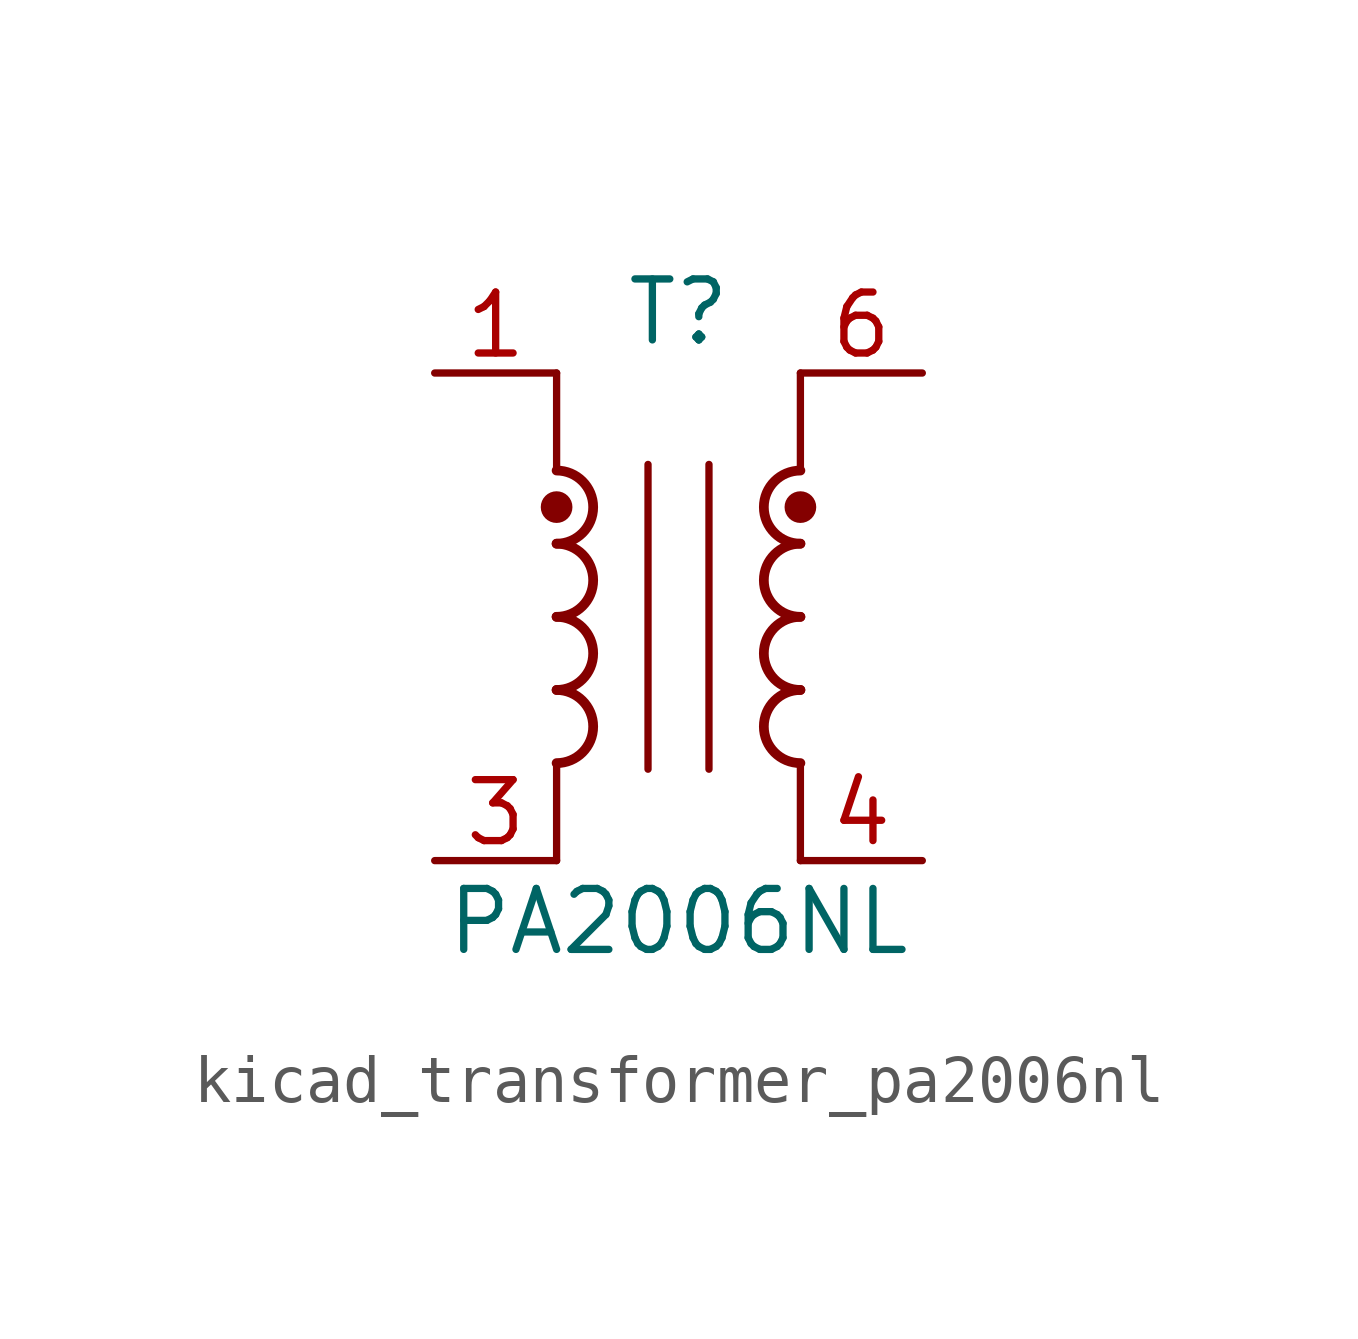
<source format=kicad_sym>
(kicad_symbol_lib
  (version 20220914)
  (generator kicad_symbol_editor)
  (symbol "kicad_transformer_pa2006nl"
    (pin_names hide)
    (property "Reference" "T"
      (at 0 6.35 0)
      (effects (font (size 1.27 1.27))))
    (property "Value" "PA2006NL"
      (at 0 -6.35 0)
      (effects (font (size 1.27 1.27))))
    (symbol "kicad_transformer_pa2006nl_0_1"
      (arc (start -2.54 -3.048) (mid -1.7813 -2.286) (end -2.54 -1.524) (stroke (width 0.2032) (type default)) (fill (type none)))
      (arc (start -2.54 -1.524) (mid -1.7813 -0.762) (end -2.54 0) (stroke (width 0.2032) (type default)) (fill (type none)))
      (arc (start -2.54 0) (mid -1.7813 0.762) (end -2.54 1.524) (stroke (width 0.2032) (type default)) (fill (type none)))
      (circle (center -2.54 2.286) (radius 0.254) (stroke (width 0) (type default)) (fill (type outline)))
      (polyline (pts (xy -2.54 -3.048) (xy -2.54 -5.08)) (stroke (width 0) (type default)) (fill (type none)))
      (polyline (pts (xy -2.54 5.08) (xy -2.54 3.048)) (stroke (width 0) (type default)) (fill (type none)))
      (polyline (pts (xy -0.635 3.175) (xy -0.635 -3.175)) (stroke (width 0) (type default)) (fill (type none)))
      (polyline (pts (xy 0.635 3.175) (xy 0.635 -3.175)) (stroke (width 0) (type default)) (fill (type none)))
      (polyline (pts (xy 2.54 -3.048) (xy 2.54 -5.08)) (stroke (width 0) (type default)) (fill (type none)))
      (polyline (pts (xy 2.54 5.08) (xy 2.54 3.048)) (stroke (width 0) (type default)) (fill (type none)))
      (arc (start 2.54 -1.524) (mid 1.7813 -2.286) (end 2.54 -3.048) (stroke (width 0.2032) (type default)) (fill (type none)))
      (arc (start 2.54 0) (mid 1.7813 -0.762) (end 2.54 -1.524) (stroke (width 0.2032) (type default)) (fill (type none)))
      (arc (start 2.54 1.524) (mid 1.7813 0.762) (end 2.54 0) (stroke (width 0.2032) (type default)) (fill (type none)))
      (circle (center 2.54 2.286) (radius 0.254) (stroke (width 0) (type default)) (fill (type outline)))
      (arc (start 2.54 3.048) (mid 1.7813 2.286) (end 2.54 1.524) (stroke (width 0.2032) (type default)) (fill (type none))))
    (symbol "kicad_transformer_pa2006nl_1_1"
      (arc (start -2.54 1.524) (mid -1.7813 2.286) (end -2.54 3.048) (stroke (width 0.2032) (type default)) (fill (type none)))
      (pin passive line (at -5.08 5.08 0) (length 2.54) (name "~" (effects (font (size 1.27 1.27)))) (number "1" (effects (font (size 1.27 1.27)))))
      (pin passive line (at -5.08 -5.08 0) (length 2.54) (name "~" (effects (font (size 1.27 1.27)))) (number "3" (effects (font (size 1.27 1.27)))))
      (pin passive line (at 5.08 -5.08 180) (length 2.54) (name "~" (effects (font (size 1.27 1.27)))) (number "4" (effects (font (size 1.27 1.27)))))
      (pin passive line (at 5.08 5.08 180) (length 2.54) (name "~" (effects (font (size 1.27 1.27)))) (number "6" (effects (font (size 1.27 1.27))))))))
</source>
